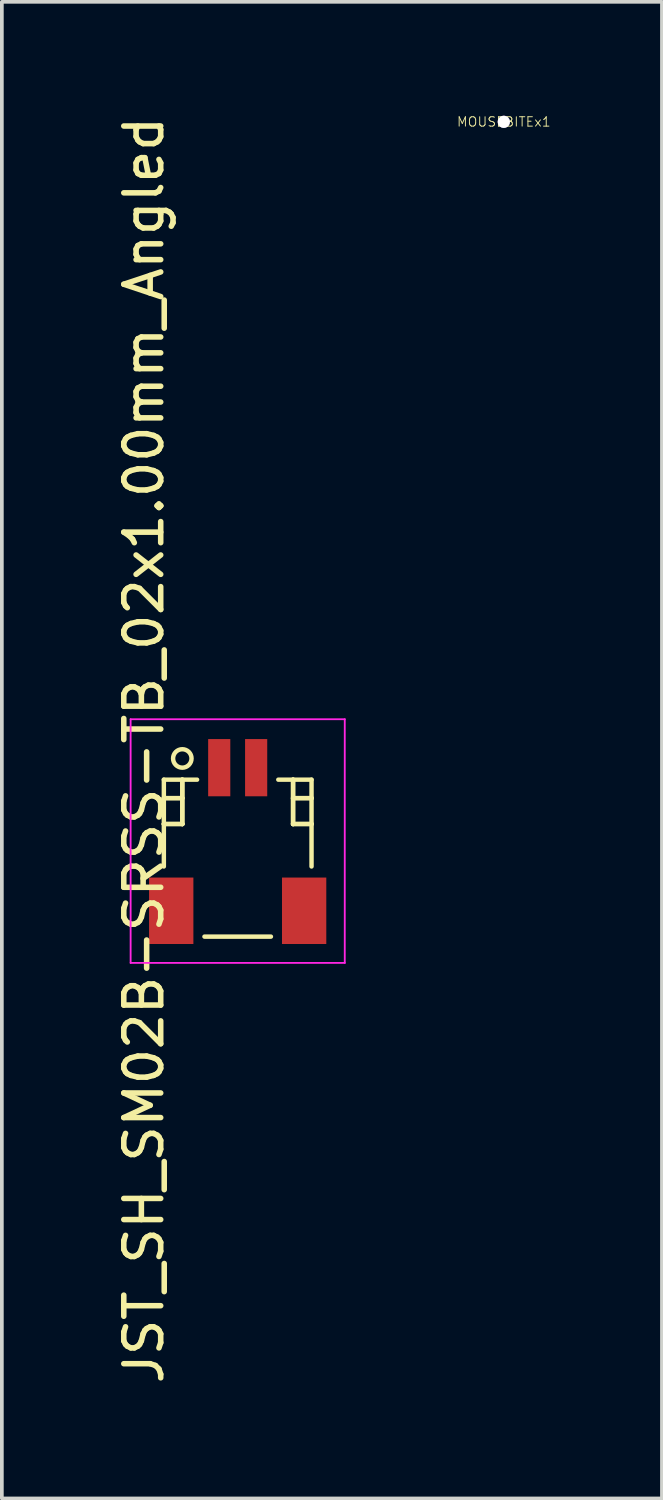
<source format=kicad_pcb>
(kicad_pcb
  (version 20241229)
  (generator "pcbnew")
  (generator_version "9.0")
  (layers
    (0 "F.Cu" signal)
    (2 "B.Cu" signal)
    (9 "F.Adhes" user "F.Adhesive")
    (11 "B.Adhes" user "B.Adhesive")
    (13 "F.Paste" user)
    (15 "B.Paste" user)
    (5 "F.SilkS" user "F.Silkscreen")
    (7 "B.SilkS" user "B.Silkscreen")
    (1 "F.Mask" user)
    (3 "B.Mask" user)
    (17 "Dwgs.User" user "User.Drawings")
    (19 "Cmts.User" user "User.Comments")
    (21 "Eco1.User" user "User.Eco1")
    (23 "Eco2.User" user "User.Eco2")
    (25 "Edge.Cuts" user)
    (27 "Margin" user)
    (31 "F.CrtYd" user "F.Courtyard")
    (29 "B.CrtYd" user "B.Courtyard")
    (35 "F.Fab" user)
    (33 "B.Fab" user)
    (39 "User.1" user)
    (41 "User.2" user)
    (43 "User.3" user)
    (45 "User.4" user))
  (footprint "MOUSEBITEx1"
    (layer "F.Cu")
    (at 10.596 0.25)
    (property "Reference" "MOUSEBITEx1" (at 0 0 0) (layer "F.SilkS") (effects (font (size 0.254 0.254) (thickness 0.025))))
    (attr through_hole)
    (pad "1" thru_hole circle (at 0 0) (size 0.33 0.33) (drill 0.33) (layers "*.Cu" "*.Mask")))
  (footprint "JST_SH_SM02B-SRSS-TB_02x1.00mm_Angled"
    (layer "F.Cu")
    (at 3.388 19.681)
    (property "Reference" "JST_SH_SM02B-SRSS-TB_02x1.00mm_Angled" (at -2.54 -2.413 90) (layer "F.SilkS") (effects (font (size 1 1) (thickness 0.15))))
    (attr smd)
    (fp_line (start -2 -1.613) (end -1.1 -1.613) (stroke (width 0.12) (type solid)) (layer "F.SilkS"))
    (fp_line (start -2 -1.113) (end -2 -1.113) (stroke (width 0.12) (type solid)) (layer "F.SilkS"))
    (fp_line (start -2 -1.113) (end -1.5 -1.113) (stroke (width 0.12) (type solid)) (layer "F.SilkS"))
    (fp_line (start -2 -0.412) (end -2 -0.412) (stroke (width 0.12) (type solid)) (layer "F.SilkS"))
    (fp_line (start -2 -0.412) (end -1.5 -0.412) (stroke (width 0.12) (type solid)) (layer "F.SilkS"))
    (fp_line (start -2 0.738) (end -2 -1.613) (stroke (width 0.12) (type solid)) (layer "F.SilkS"))
    (fp_line (start -1.5 -1.613) (end -1.5 -1.613) (stroke (width 0.12) (type solid)) (layer "F.SilkS"))
    (fp_line (start -1.5 -1.613) (end -1.5 -0.412) (stroke (width 0.12) (type solid)) (layer "F.SilkS"))
    (fp_line (start -1.5 -1.113) (end -2 -1.113) (stroke (width 0.12) (type solid)) (layer "F.SilkS"))
    (fp_line (start -1.5 -1.113) (end -1.5 -1.113) (stroke (width 0.12) (type solid)) (layer "F.SilkS"))
    (fp_line (start -1.5 -0.412) (end -2 -0.412) (stroke (width 0.12) (type solid)) (layer "F.SilkS"))
    (fp_line (start -1.5 -0.412) (end -1.5 -1.613) (stroke (width 0.12) (type solid)) (layer "F.SilkS"))
    (fp_line (start -1.5 -0.412) (end -1.5 -0.412) (stroke (width 0.12) (type solid)) (layer "F.SilkS"))
    (fp_line (start -1.5 -0.412) (end -1.5 -0.412) (stroke (width 0.12) (type solid)) (layer "F.SilkS"))
    (fp_line (start -0.9 2.638) (end 0.9 2.638) (stroke (width 0.12) (type solid)) (layer "F.SilkS"))
    (fp_line (start 1.5 -1.613) (end 1.5 -1.613) (stroke (width 0.12) (type solid)) (layer "F.SilkS"))
    (fp_line (start 1.5 -1.613) (end 1.5 -0.412) (stroke (width 0.12) (type solid)) (layer "F.SilkS"))
    (fp_line (start 1.5 -1.113) (end 1.5 -1.113) (stroke (width 0.12) (type solid)) (layer "F.SilkS"))
    (fp_line (start 1.5 -1.113) (end 2 -1.113) (stroke (width 0.12) (type solid)) (layer "F.SilkS"))
    (fp_line (start 1.5 -0.412) (end 1.5 -1.613) (stroke (width 0.12) (type solid)) (layer "F.SilkS"))
    (fp_line (start 1.5 -0.412) (end 1.5 -0.412) (stroke (width 0.12) (type solid)) (layer "F.SilkS"))
    (fp_line (start 1.5 -0.412) (end 1.5 -0.412) (stroke (width 0.12) (type solid)) (layer "F.SilkS"))
    (fp_line (start 1.5 -0.412) (end 2 -0.412) (stroke (width 0.12) (type solid)) (layer "F.SilkS"))
    (fp_line (start 2 -1.613) (end 1.1 -1.613) (stroke (width 0.12) (type solid)) (layer "F.SilkS"))
    (fp_line (start 2 -1.113) (end 1.5 -1.113) (stroke (width 0.12) (type solid)) (layer "F.SilkS"))
    (fp_line (start 2 -1.113) (end 2 -1.113) (stroke (width 0.12) (type solid)) (layer "F.SilkS"))
    (fp_line (start 2 -0.412) (end 1.5 -0.412) (stroke (width 0.12) (type solid)) (layer "F.SilkS"))
    (fp_line (start 2 -0.412) (end 2 -0.412) (stroke (width 0.12) (type solid)) (layer "F.SilkS"))
    (fp_line (start 2 0.738) (end 2 -1.613) (stroke (width 0.12) (type solid)) (layer "F.SilkS"))
    (fp_circle (center -1.5 -2.188) (end -1.25 -2.188) (stroke (width 0.12) (type solid)) (fill no) (layer "F.SilkS"))
    (fp_line (start -2.9 -3.25) (end 2.9 -3.25) (stroke (width 0.05) (type solid)) (layer "F.CrtYd"))
    (fp_line (start -2.9 3.35) (end -2.9 -3.25) (stroke (width 0.05) (type solid)) (layer "F.CrtYd"))
    (fp_line (start 2.9 -3.25) (end 2.9 3.35) (stroke (width 0.05) (type solid)) (layer "F.CrtYd"))
    (fp_line (start 2.9 3.35) (end -2.9 3.35) (stroke (width 0.05) (type solid)) (layer "F.CrtYd"))
    (pad "1" smd rect (at -1.8 1.938) (size 1.2 1.8) (layers "F.Cu" "F.Mask" "F.Paste"))
    (pad "1" smd rect (at -0.5 -1.938) (size 0.6 1.55) (layers "F.Cu" "F.Mask" "F.Paste"))
    (pad "2" smd rect (at 0.5 -1.938) (size 0.6 1.55) (layers "F.Cu" "F.Mask" "F.Paste"))
    (pad "2" smd rect (at 1.8 1.938) (size 1.2 1.8) (layers "F.Cu" "F.Mask" "F.Paste")))
  (gr_rect
    (start -3 -3)
    (end 14.879 37.536)
    (stroke (width 0.1) (type default))
    (fill no)
    (layer "Edge.Cuts")))
</source>
